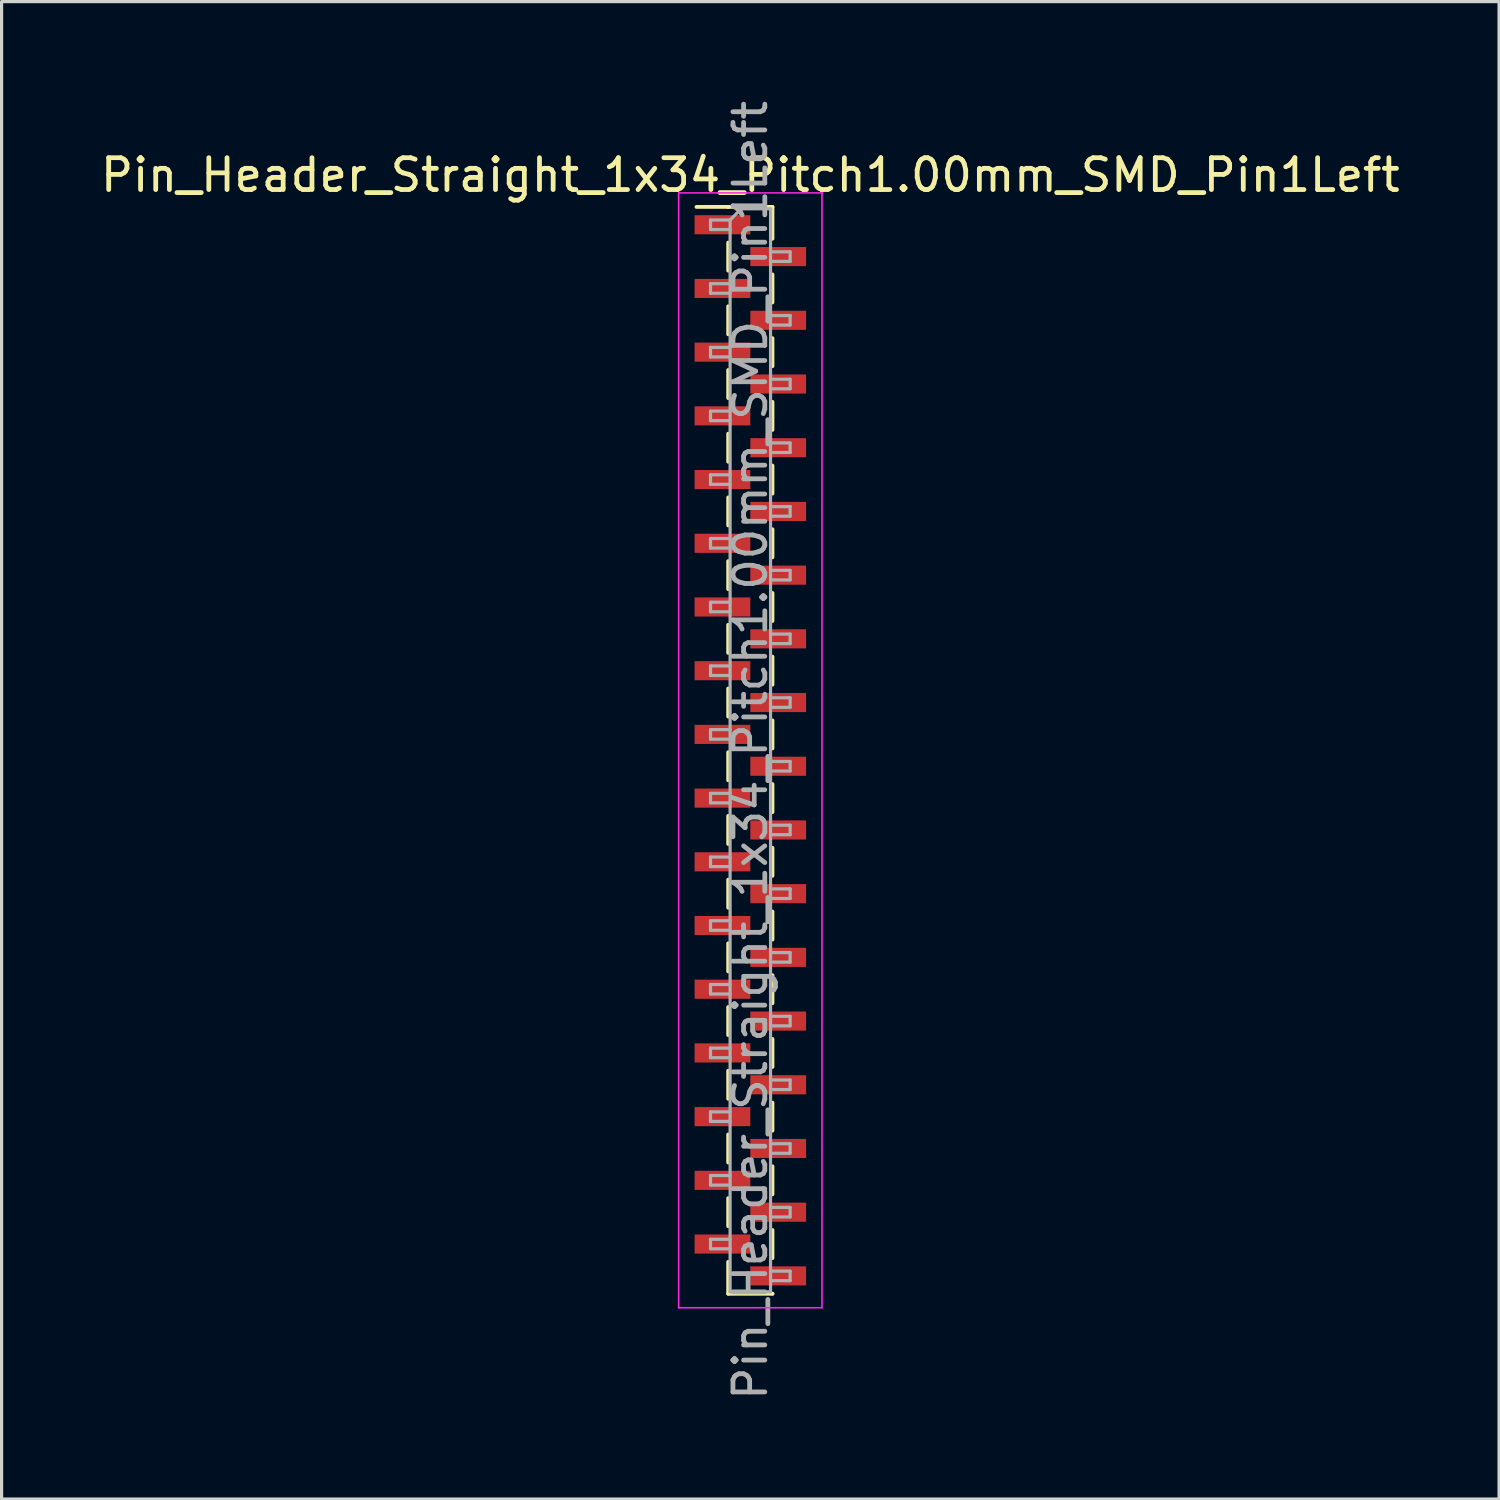
<source format=kicad_pcb>
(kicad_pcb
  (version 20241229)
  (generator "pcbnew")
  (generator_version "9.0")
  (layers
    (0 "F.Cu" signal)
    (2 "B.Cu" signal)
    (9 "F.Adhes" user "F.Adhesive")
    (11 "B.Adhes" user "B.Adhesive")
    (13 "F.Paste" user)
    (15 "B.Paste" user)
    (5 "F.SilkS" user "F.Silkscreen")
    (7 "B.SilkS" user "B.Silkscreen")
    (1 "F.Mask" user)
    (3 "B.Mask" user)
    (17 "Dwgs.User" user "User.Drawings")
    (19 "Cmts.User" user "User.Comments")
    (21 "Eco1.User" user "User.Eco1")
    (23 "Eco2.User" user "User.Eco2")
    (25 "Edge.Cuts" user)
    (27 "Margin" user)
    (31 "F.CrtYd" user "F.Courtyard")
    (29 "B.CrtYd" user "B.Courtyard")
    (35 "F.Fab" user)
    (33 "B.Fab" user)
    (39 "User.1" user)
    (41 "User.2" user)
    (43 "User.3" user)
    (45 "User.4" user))
  (footprint "Pin_Header_Straight_1x34_Pitch1.00mm_SMD_Pin1Left"
    (layer "F.Cu")
    (at 20.506 20.506)
    (property "Reference" "Pin_Header_Straight_1x34_Pitch1.00mm_SMD_Pin1Left" (at 0 -18.06 0) (layer "F.SilkS") (effects (font (size 1 1) (thickness 0.15))))
    (attr smd)
    (fp_line (start -0.695 -17.06) (end -1.69 -17.06) (stroke (width 0.12) (type solid)) (layer "F.SilkS"))
    (fp_line (start -0.695 -17.06) (end -0.695 -17.06) (stroke (width 0.12) (type solid)) (layer "F.SilkS"))
    (fp_line (start -0.695 -17.06) (end 0.695 -17.06) (stroke (width 0.12) (type solid)) (layer "F.SilkS"))
    (fp_line (start -0.695 -15.94) (end -0.695 -15.06) (stroke (width 0.12) (type solid)) (layer "F.SilkS"))
    (fp_line (start -0.695 -13.94) (end -0.695 -13.06) (stroke (width 0.12) (type solid)) (layer "F.SilkS"))
    (fp_line (start -0.695 -11.94) (end -0.695 -11.06) (stroke (width 0.12) (type solid)) (layer "F.SilkS"))
    (fp_line (start -0.695 -9.94) (end -0.695 -9.06) (stroke (width 0.12) (type solid)) (layer "F.SilkS"))
    (fp_line (start -0.695 -7.94) (end -0.695 -7.06) (stroke (width 0.12) (type solid)) (layer "F.SilkS"))
    (fp_line (start -0.695 -5.94) (end -0.695 -5.06) (stroke (width 0.12) (type solid)) (layer "F.SilkS"))
    (fp_line (start -0.695 -3.94) (end -0.695 -3.06) (stroke (width 0.12) (type solid)) (layer "F.SilkS"))
    (fp_line (start -0.695 -1.94) (end -0.695 -1.06) (stroke (width 0.12) (type solid)) (layer "F.SilkS"))
    (fp_line (start -0.695 0.06) (end -0.695 0.94) (stroke (width 0.12) (type solid)) (layer "F.SilkS"))
    (fp_line (start -0.695 2.06) (end -0.695 2.94) (stroke (width 0.12) (type solid)) (layer "F.SilkS"))
    (fp_line (start -0.695 4.06) (end -0.695 4.94) (stroke (width 0.12) (type solid)) (layer "F.SilkS"))
    (fp_line (start -0.695 6.06) (end -0.695 6.94) (stroke (width 0.12) (type solid)) (layer "F.SilkS"))
    (fp_line (start -0.695 8.06) (end -0.695 8.94) (stroke (width 0.12) (type solid)) (layer "F.SilkS"))
    (fp_line (start -0.695 10.06) (end -0.695 10.94) (stroke (width 0.12) (type solid)) (layer "F.SilkS"))
    (fp_line (start -0.695 12.06) (end -0.695 12.94) (stroke (width 0.12) (type solid)) (layer "F.SilkS"))
    (fp_line (start -0.695 14.06) (end -0.695 14.94) (stroke (width 0.12) (type solid)) (layer "F.SilkS"))
    (fp_line (start -0.695 16.06) (end -0.695 17.06) (stroke (width 0.12) (type solid)) (layer "F.SilkS"))
    (fp_line (start -0.695 17.06) (end 0.695 17.06) (stroke (width 0.12) (type solid)) (layer "F.SilkS"))
    (fp_line (start 0.695 -17.06) (end 0.695 -16.06) (stroke (width 0.12) (type solid)) (layer "F.SilkS"))
    (fp_line (start 0.695 -14.94) (end 0.695 -14.06) (stroke (width 0.12) (type solid)) (layer "F.SilkS"))
    (fp_line (start 0.695 -12.94) (end 0.695 -12.06) (stroke (width 0.12) (type solid)) (layer "F.SilkS"))
    (fp_line (start 0.695 -10.94) (end 0.695 -10.06) (stroke (width 0.12) (type solid)) (layer "F.SilkS"))
    (fp_line (start 0.695 -8.94) (end 0.695 -8.06) (stroke (width 0.12) (type solid)) (layer "F.SilkS"))
    (fp_line (start 0.695 -6.94) (end 0.695 -6.06) (stroke (width 0.12) (type solid)) (layer "F.SilkS"))
    (fp_line (start 0.695 -4.94) (end 0.695 -4.06) (stroke (width 0.12) (type solid)) (layer "F.SilkS"))
    (fp_line (start 0.695 -2.94) (end 0.695 -2.06) (stroke (width 0.12) (type solid)) (layer "F.SilkS"))
    (fp_line (start 0.695 -0.94) (end 0.695 -0.06) (stroke (width 0.12) (type solid)) (layer "F.SilkS"))
    (fp_line (start 0.695 1.06) (end 0.695 1.94) (stroke (width 0.12) (type solid)) (layer "F.SilkS"))
    (fp_line (start 0.695 3.06) (end 0.695 3.94) (stroke (width 0.12) (type solid)) (layer "F.SilkS"))
    (fp_line (start 0.695 5.06) (end 0.695 5.94) (stroke (width 0.12) (type solid)) (layer "F.SilkS"))
    (fp_line (start 0.695 7.06) (end 0.695 7.94) (stroke (width 0.12) (type solid)) (layer "F.SilkS"))
    (fp_line (start 0.695 9.06) (end 0.695 9.94) (stroke (width 0.12) (type solid)) (layer "F.SilkS"))
    (fp_line (start 0.695 11.06) (end 0.695 11.94) (stroke (width 0.12) (type solid)) (layer "F.SilkS"))
    (fp_line (start 0.695 13.06) (end 0.695 13.94) (stroke (width 0.12) (type solid)) (layer "F.SilkS"))
    (fp_line (start 0.695 15.06) (end 0.695 15.94) (stroke (width 0.12) (type solid)) (layer "F.SilkS"))
    (fp_line (start 0.695 17.06) (end 0.695 17.06) (stroke (width 0.12) (type solid)) (layer "F.SilkS"))
    (fp_line (start -2.25 -17.5) (end -2.25 17.5) (stroke (width 0.05) (type solid)) (layer "F.CrtYd"))
    (fp_line (start -2.25 17.5) (end 2.25 17.5) (stroke (width 0.05) (type solid)) (layer "F.CrtYd"))
    (fp_line (start 2.25 -17.5) (end -2.25 -17.5) (stroke (width 0.05) (type solid)) (layer "F.CrtYd"))
    (fp_line (start 2.25 17.5) (end 2.25 -17.5) (stroke (width 0.05) (type solid)) (layer "F.CrtYd"))
    (fp_line (start -1.25 -16.65) (end -1.25 -16.35) (stroke (width 0.1) (type solid)) (layer "F.Fab"))
    (fp_line (start -1.25 -16.35) (end -0.635 -16.35) (stroke (width 0.1) (type solid)) (layer "F.Fab"))
    (fp_line (start -1.25 -14.65) (end -1.25 -14.35) (stroke (width 0.1) (type solid)) (layer "F.Fab"))
    (fp_line (start -1.25 -14.35) (end -0.635 -14.35) (stroke (width 0.1) (type solid)) (layer "F.Fab"))
    (fp_line (start -1.25 -12.65) (end -1.25 -12.35) (stroke (width 0.1) (type solid)) (layer "F.Fab"))
    (fp_line (start -1.25 -12.35) (end -0.635 -12.35) (stroke (width 0.1) (type solid)) (layer "F.Fab"))
    (fp_line (start -1.25 -10.65) (end -1.25 -10.35) (stroke (width 0.1) (type solid)) (layer "F.Fab"))
    (fp_line (start -1.25 -10.35) (end -0.635 -10.35) (stroke (width 0.1) (type solid)) (layer "F.Fab"))
    (fp_line (start -1.25 -8.65) (end -1.25 -8.35) (stroke (width 0.1) (type solid)) (layer "F.Fab"))
    (fp_line (start -1.25 -8.35) (end -0.635 -8.35) (stroke (width 0.1) (type solid)) (layer "F.Fab"))
    (fp_line (start -1.25 -6.65) (end -1.25 -6.35) (stroke (width 0.1) (type solid)) (layer "F.Fab"))
    (fp_line (start -1.25 -6.35) (end -0.635 -6.35) (stroke (width 0.1) (type solid)) (layer "F.Fab"))
    (fp_line (start -1.25 -4.65) (end -1.25 -4.35) (stroke (width 0.1) (type solid)) (layer "F.Fab"))
    (fp_line (start -1.25 -4.35) (end -0.635 -4.35) (stroke (width 0.1) (type solid)) (layer "F.Fab"))
    (fp_line (start -1.25 -2.65) (end -1.25 -2.35) (stroke (width 0.1) (type solid)) (layer "F.Fab"))
    (fp_line (start -1.25 -2.35) (end -0.635 -2.35) (stroke (width 0.1) (type solid)) (layer "F.Fab"))
    (fp_line (start -1.25 -0.65) (end -1.25 -0.35) (stroke (width 0.1) (type solid)) (layer "F.Fab"))
    (fp_line (start -1.25 -0.35) (end -0.635 -0.35) (stroke (width 0.1) (type solid)) (layer "F.Fab"))
    (fp_line (start -1.25 1.35) (end -1.25 1.65) (stroke (width 0.1) (type solid)) (layer "F.Fab"))
    (fp_line (start -1.25 1.65) (end -0.635 1.65) (stroke (width 0.1) (type solid)) (layer "F.Fab"))
    (fp_line (start -1.25 3.35) (end -1.25 3.65) (stroke (width 0.1) (type solid)) (layer "F.Fab"))
    (fp_line (start -1.25 3.65) (end -0.635 3.65) (stroke (width 0.1) (type solid)) (layer "F.Fab"))
    (fp_line (start -1.25 5.35) (end -1.25 5.65) (stroke (width 0.1) (type solid)) (layer "F.Fab"))
    (fp_line (start -1.25 5.65) (end -0.635 5.65) (stroke (width 0.1) (type solid)) (layer "F.Fab"))
    (fp_line (start -1.25 7.35) (end -1.25 7.65) (stroke (width 0.1) (type solid)) (layer "F.Fab"))
    (fp_line (start -1.25 7.65) (end -0.635 7.65) (stroke (width 0.1) (type solid)) (layer "F.Fab"))
    (fp_line (start -1.25 9.35) (end -1.25 9.65) (stroke (width 0.1) (type solid)) (layer "F.Fab"))
    (fp_line (start -1.25 9.65) (end -0.635 9.65) (stroke (width 0.1) (type solid)) (layer "F.Fab"))
    (fp_line (start -1.25 11.35) (end -1.25 11.65) (stroke (width 0.1) (type solid)) (layer "F.Fab"))
    (fp_line (start -1.25 11.65) (end -0.635 11.65) (stroke (width 0.1) (type solid)) (layer "F.Fab"))
    (fp_line (start -1.25 13.35) (end -1.25 13.65) (stroke (width 0.1) (type solid)) (layer "F.Fab"))
    (fp_line (start -1.25 13.65) (end -0.635 13.65) (stroke (width 0.1) (type solid)) (layer "F.Fab"))
    (fp_line (start -1.25 15.35) (end -1.25 15.65) (stroke (width 0.1) (type solid)) (layer "F.Fab"))
    (fp_line (start -1.25 15.65) (end -0.635 15.65) (stroke (width 0.1) (type solid)) (layer "F.Fab"))
    (fp_line (start -0.635 -16.65) (end -1.25 -16.65) (stroke (width 0.1) (type solid)) (layer "F.Fab"))
    (fp_line (start -0.635 -16.65) (end -0.285 -17) (stroke (width 0.1) (type solid)) (layer "F.Fab"))
    (fp_line (start -0.635 -14.65) (end -1.25 -14.65) (stroke (width 0.1) (type solid)) (layer "F.Fab"))
    (fp_line (start -0.635 -12.65) (end -1.25 -12.65) (stroke (width 0.1) (type solid)) (layer "F.Fab"))
    (fp_line (start -0.635 -10.65) (end -1.25 -10.65) (stroke (width 0.1) (type solid)) (layer "F.Fab"))
    (fp_line (start -0.635 -8.65) (end -1.25 -8.65) (stroke (width 0.1) (type solid)) (layer "F.Fab"))
    (fp_line (start -0.635 -6.65) (end -1.25 -6.65) (stroke (width 0.1) (type solid)) (layer "F.Fab"))
    (fp_line (start -0.635 -4.65) (end -1.25 -4.65) (stroke (width 0.1) (type solid)) (layer "F.Fab"))
    (fp_line (start -0.635 -2.65) (end -1.25 -2.65) (stroke (width 0.1) (type solid)) (layer "F.Fab"))
    (fp_line (start -0.635 -0.65) (end -1.25 -0.65) (stroke (width 0.1) (type solid)) (layer "F.Fab"))
    (fp_line (start -0.635 1.35) (end -1.25 1.35) (stroke (width 0.1) (type solid)) (layer "F.Fab"))
    (fp_line (start -0.635 3.35) (end -1.25 3.35) (stroke (width 0.1) (type solid)) (layer "F.Fab"))
    (fp_line (start -0.635 5.35) (end -1.25 5.35) (stroke (width 0.1) (type solid)) (layer "F.Fab"))
    (fp_line (start -0.635 7.35) (end -1.25 7.35) (stroke (width 0.1) (type solid)) (layer "F.Fab"))
    (fp_line (start -0.635 9.35) (end -1.25 9.35) (stroke (width 0.1) (type solid)) (layer "F.Fab"))
    (fp_line (start -0.635 11.35) (end -1.25 11.35) (stroke (width 0.1) (type solid)) (layer "F.Fab"))
    (fp_line (start -0.635 13.35) (end -1.25 13.35) (stroke (width 0.1) (type solid)) (layer "F.Fab"))
    (fp_line (start -0.635 15.35) (end -1.25 15.35) (stroke (width 0.1) (type solid)) (layer "F.Fab"))
    (fp_line (start -0.635 17) (end -0.635 -16.65) (stroke (width 0.1) (type solid)) (layer "F.Fab"))
    (fp_line (start -0.285 -17) (end 0.635 -17) (stroke (width 0.1) (type solid)) (layer "F.Fab"))
    (fp_line (start 0.635 -17) (end 0.635 17) (stroke (width 0.1) (type solid)) (layer "F.Fab"))
    (fp_line (start 0.635 -15.65) (end 1.25 -15.65) (stroke (width 0.1) (type solid)) (layer "F.Fab"))
    (fp_line (start 0.635 -13.65) (end 1.25 -13.65) (stroke (width 0.1) (type solid)) (layer "F.Fab"))
    (fp_line (start 0.635 -11.65) (end 1.25 -11.65) (stroke (width 0.1) (type solid)) (layer "F.Fab"))
    (fp_line (start 0.635 -9.65) (end 1.25 -9.65) (stroke (width 0.1) (type solid)) (layer "F.Fab"))
    (fp_line (start 0.635 -7.65) (end 1.25 -7.65) (stroke (width 0.1) (type solid)) (layer "F.Fab"))
    (fp_line (start 0.635 -5.65) (end 1.25 -5.65) (stroke (width 0.1) (type solid)) (layer "F.Fab"))
    (fp_line (start 0.635 -3.65) (end 1.25 -3.65) (stroke (width 0.1) (type solid)) (layer "F.Fab"))
    (fp_line (start 0.635 -1.65) (end 1.25 -1.65) (stroke (width 0.1) (type solid)) (layer "F.Fab"))
    (fp_line (start 0.635 0.35) (end 1.25 0.35) (stroke (width 0.1) (type solid)) (layer "F.Fab"))
    (fp_line (start 0.635 2.35) (end 1.25 2.35) (stroke (width 0.1) (type solid)) (layer "F.Fab"))
    (fp_line (start 0.635 4.35) (end 1.25 4.35) (stroke (width 0.1) (type solid)) (layer "F.Fab"))
    (fp_line (start 0.635 6.35) (end 1.25 6.35) (stroke (width 0.1) (type solid)) (layer "F.Fab"))
    (fp_line (start 0.635 8.35) (end 1.25 8.35) (stroke (width 0.1) (type solid)) (layer "F.Fab"))
    (fp_line (start 0.635 10.35) (end 1.25 10.35) (stroke (width 0.1) (type solid)) (layer "F.Fab"))
    (fp_line (start 0.635 12.35) (end 1.25 12.35) (stroke (width 0.1) (type solid)) (layer "F.Fab"))
    (fp_line (start 0.635 14.35) (end 1.25 14.35) (stroke (width 0.1) (type solid)) (layer "F.Fab"))
    (fp_line (start 0.635 16.35) (end 1.25 16.35) (stroke (width 0.1) (type solid)) (layer "F.Fab"))
    (fp_line (start 0.635 17) (end -0.635 17) (stroke (width 0.1) (type solid)) (layer "F.Fab"))
    (fp_line (start 1.25 -15.65) (end 1.25 -15.35) (stroke (width 0.1) (type solid)) (layer "F.Fab"))
    (fp_line (start 1.25 -15.35) (end 0.635 -15.35) (stroke (width 0.1) (type solid)) (layer "F.Fab"))
    (fp_line (start 1.25 -13.65) (end 1.25 -13.35) (stroke (width 0.1) (type solid)) (layer "F.Fab"))
    (fp_line (start 1.25 -13.35) (end 0.635 -13.35) (stroke (width 0.1) (type solid)) (layer "F.Fab"))
    (fp_line (start 1.25 -11.65) (end 1.25 -11.35) (stroke (width 0.1) (type solid)) (layer "F.Fab"))
    (fp_line (start 1.25 -11.35) (end 0.635 -11.35) (stroke (width 0.1) (type solid)) (layer "F.Fab"))
    (fp_line (start 1.25 -9.65) (end 1.25 -9.35) (stroke (width 0.1) (type solid)) (layer "F.Fab"))
    (fp_line (start 1.25 -9.35) (end 0.635 -9.35) (stroke (width 0.1) (type solid)) (layer "F.Fab"))
    (fp_line (start 1.25 -7.65) (end 1.25 -7.35) (stroke (width 0.1) (type solid)) (layer "F.Fab"))
    (fp_line (start 1.25 -7.35) (end 0.635 -7.35) (stroke (width 0.1) (type solid)) (layer "F.Fab"))
    (fp_line (start 1.25 -5.65) (end 1.25 -5.35) (stroke (width 0.1) (type solid)) (layer "F.Fab"))
    (fp_line (start 1.25 -5.35) (end 0.635 -5.35) (stroke (width 0.1) (type solid)) (layer "F.Fab"))
    (fp_line (start 1.25 -3.65) (end 1.25 -3.35) (stroke (width 0.1) (type solid)) (layer "F.Fab"))
    (fp_line (start 1.25 -3.35) (end 0.635 -3.35) (stroke (width 0.1) (type solid)) (layer "F.Fab"))
    (fp_line (start 1.25 -1.65) (end 1.25 -1.35) (stroke (width 0.1) (type solid)) (layer "F.Fab"))
    (fp_line (start 1.25 -1.35) (end 0.635 -1.35) (stroke (width 0.1) (type solid)) (layer "F.Fab"))
    (fp_line (start 1.25 0.35) (end 1.25 0.65) (stroke (width 0.1) (type solid)) (layer "F.Fab"))
    (fp_line (start 1.25 0.65) (end 0.635 0.65) (stroke (width 0.1) (type solid)) (layer "F.Fab"))
    (fp_line (start 1.25 2.35) (end 1.25 2.65) (stroke (width 0.1) (type solid)) (layer "F.Fab"))
    (fp_line (start 1.25 2.65) (end 0.635 2.65) (stroke (width 0.1) (type solid)) (layer "F.Fab"))
    (fp_line (start 1.25 4.35) (end 1.25 4.65) (stroke (width 0.1) (type solid)) (layer "F.Fab"))
    (fp_line (start 1.25 4.65) (end 0.635 4.65) (stroke (width 0.1) (type solid)) (layer "F.Fab"))
    (fp_line (start 1.25 6.35) (end 1.25 6.65) (stroke (width 0.1) (type solid)) (layer "F.Fab"))
    (fp_line (start 1.25 6.65) (end 0.635 6.65) (stroke (width 0.1) (type solid)) (layer "F.Fab"))
    (fp_line (start 1.25 8.35) (end 1.25 8.65) (stroke (width 0.1) (type solid)) (layer "F.Fab"))
    (fp_line (start 1.25 8.65) (end 0.635 8.65) (stroke (width 0.1) (type solid)) (layer "F.Fab"))
    (fp_line (start 1.25 10.35) (end 1.25 10.65) (stroke (width 0.1) (type solid)) (layer "F.Fab"))
    (fp_line (start 1.25 10.65) (end 0.635 10.65) (stroke (width 0.1) (type solid)) (layer "F.Fab"))
    (fp_line (start 1.25 12.35) (end 1.25 12.65) (stroke (width 0.1) (type solid)) (layer "F.Fab"))
    (fp_line (start 1.25 12.65) (end 0.635 12.65) (stroke (width 0.1) (type solid)) (layer "F.Fab"))
    (fp_line (start 1.25 14.35) (end 1.25 14.65) (stroke (width 0.1) (type solid)) (layer "F.Fab"))
    (fp_line (start 1.25 14.65) (end 0.635 14.65) (stroke (width 0.1) (type solid)) (layer "F.Fab"))
    (fp_line (start 1.25 16.35) (end 1.25 16.65) (stroke (width 0.1) (type solid)) (layer "F.Fab"))
    (fp_line (start 1.25 16.65) (end 0.635 16.65) (stroke (width 0.1) (type solid)) (layer "F.Fab"))
    (fp_text user "${REFERENCE}" (at 0 0 90) (layer "F.Fab") (effects (font (size 1 1) (thickness 0.15))))
    (pad "1" smd rect (at -0.875 -16.5) (size 1.75 0.6) (layers "F.Cu" "F.Mask" "F.Paste"))
    (pad "2" smd rect (at 0.875 -15.5) (size 1.75 0.6) (layers "F.Cu" "F.Mask" "F.Paste"))
    (pad "3" smd rect (at -0.875 -14.5) (size 1.75 0.6) (layers "F.Cu" "F.Mask" "F.Paste"))
    (pad "4" smd rect (at 0.875 -13.5) (size 1.75 0.6) (layers "F.Cu" "F.Mask" "F.Paste"))
    (pad "5" smd rect (at -0.875 -12.5) (size 1.75 0.6) (layers "F.Cu" "F.Mask" "F.Paste"))
    (pad "6" smd rect (at 0.875 -11.5) (size 1.75 0.6) (layers "F.Cu" "F.Mask" "F.Paste"))
    (pad "7" smd rect (at -0.875 -10.5) (size 1.75 0.6) (layers "F.Cu" "F.Mask" "F.Paste"))
    (pad "8" smd rect (at 0.875 -9.5) (size 1.75 0.6) (layers "F.Cu" "F.Mask" "F.Paste"))
    (pad "9" smd rect (at -0.875 -8.5) (size 1.75 0.6) (layers "F.Cu" "F.Mask" "F.Paste"))
    (pad "10" smd rect (at 0.875 -7.5) (size 1.75 0.6) (layers "F.Cu" "F.Mask" "F.Paste"))
    (pad "11" smd rect (at -0.875 -6.5) (size 1.75 0.6) (layers "F.Cu" "F.Mask" "F.Paste"))
    (pad "12" smd rect (at 0.875 -5.5) (size 1.75 0.6) (layers "F.Cu" "F.Mask" "F.Paste"))
    (pad "13" smd rect (at -0.875 -4.5) (size 1.75 0.6) (layers "F.Cu" "F.Mask" "F.Paste"))
    (pad "14" smd rect (at 0.875 -3.5) (size 1.75 0.6) (layers "F.Cu" "F.Mask" "F.Paste"))
    (pad "15" smd rect (at -0.875 -2.5) (size 1.75 0.6) (layers "F.Cu" "F.Mask" "F.Paste"))
    (pad "16" smd rect (at 0.875 -1.5) (size 1.75 0.6) (layers "F.Cu" "F.Mask" "F.Paste"))
    (pad "17" smd rect (at -0.875 -0.5) (size 1.75 0.6) (layers "F.Cu" "F.Mask" "F.Paste"))
    (pad "18" smd rect (at 0.875 0.5) (size 1.75 0.6) (layers "F.Cu" "F.Mask" "F.Paste"))
    (pad "19" smd rect (at -0.875 1.5) (size 1.75 0.6) (layers "F.Cu" "F.Mask" "F.Paste"))
    (pad "20" smd rect (at 0.875 2.5) (size 1.75 0.6) (layers "F.Cu" "F.Mask" "F.Paste"))
    (pad "21" smd rect (at -0.875 3.5) (size 1.75 0.6) (layers "F.Cu" "F.Mask" "F.Paste"))
    (pad "22" smd rect (at 0.875 4.5) (size 1.75 0.6) (layers "F.Cu" "F.Mask" "F.Paste"))
    (pad "23" smd rect (at -0.875 5.5) (size 1.75 0.6) (layers "F.Cu" "F.Mask" "F.Paste"))
    (pad "24" smd rect (at 0.875 6.5) (size 1.75 0.6) (layers "F.Cu" "F.Mask" "F.Paste"))
    (pad "25" smd rect (at -0.875 7.5) (size 1.75 0.6) (layers "F.Cu" "F.Mask" "F.Paste"))
    (pad "26" smd rect (at 0.875 8.5) (size 1.75 0.6) (layers "F.Cu" "F.Mask" "F.Paste"))
    (pad "27" smd rect (at -0.875 9.5) (size 1.75 0.6) (layers "F.Cu" "F.Mask" "F.Paste"))
    (pad "28" smd rect (at 0.875 10.5) (size 1.75 0.6) (layers "F.Cu" "F.Mask" "F.Paste"))
    (pad "29" smd rect (at -0.875 11.5) (size 1.75 0.6) (layers "F.Cu" "F.Mask" "F.Paste"))
    (pad "30" smd rect (at 0.875 12.5) (size 1.75 0.6) (layers "F.Cu" "F.Mask" "F.Paste"))
    (pad "31" smd rect (at -0.875 13.5) (size 1.75 0.6) (layers "F.Cu" "F.Mask" "F.Paste"))
    (pad "32" smd rect (at 0.875 14.5) (size 1.75 0.6) (layers "F.Cu" "F.Mask" "F.Paste"))
    (pad "33" smd rect (at -0.875 15.5) (size 1.75 0.6) (layers "F.Cu" "F.Mask" "F.Paste"))
    (pad "34" smd rect (at 0.875 16.5) (size 1.75 0.6) (layers "F.Cu" "F.Mask" "F.Paste")))
  (gr_rect
    (start -3 -3)
    (end 44.012 44.012)
    (stroke (width 0.1) (type default))
    (fill no)
    (layer "Edge.Cuts")))
</source>
